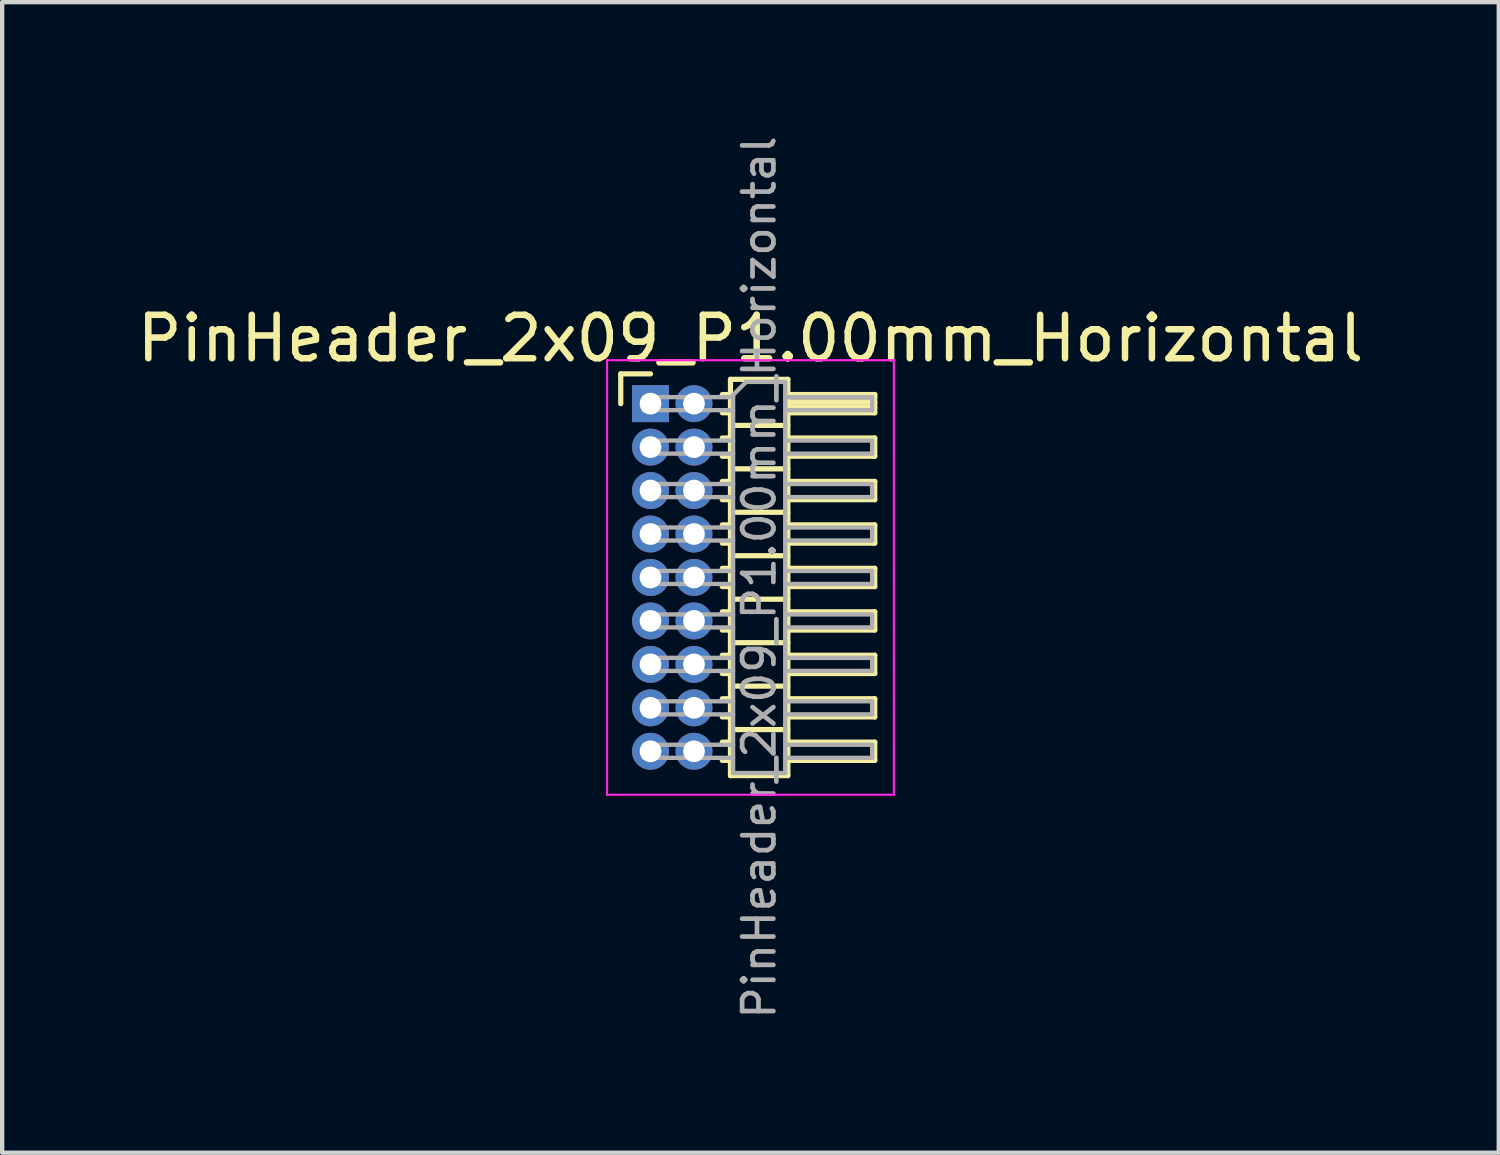
<source format=kicad_pcb>
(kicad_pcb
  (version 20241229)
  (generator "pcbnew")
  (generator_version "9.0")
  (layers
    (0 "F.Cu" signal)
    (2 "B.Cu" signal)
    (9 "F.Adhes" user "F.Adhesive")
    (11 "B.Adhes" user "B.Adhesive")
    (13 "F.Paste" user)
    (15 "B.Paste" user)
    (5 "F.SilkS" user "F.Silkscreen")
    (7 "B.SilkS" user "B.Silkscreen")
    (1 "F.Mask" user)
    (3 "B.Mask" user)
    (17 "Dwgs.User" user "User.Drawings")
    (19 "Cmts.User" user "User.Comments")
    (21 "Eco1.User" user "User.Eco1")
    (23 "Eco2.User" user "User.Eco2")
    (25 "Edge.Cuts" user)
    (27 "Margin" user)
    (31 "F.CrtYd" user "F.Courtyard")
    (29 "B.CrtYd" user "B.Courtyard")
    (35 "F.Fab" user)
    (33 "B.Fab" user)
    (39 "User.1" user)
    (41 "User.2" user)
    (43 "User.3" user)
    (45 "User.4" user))
  (footprint "PinHeader_2x09_P1.00mm_Horizontal"
    (layer "F.Cu")
    (at 11.92 6.239)
    (property "Reference" "PinHeader_2x09_P1.00mm_Horizontal" (at 2.3 -1.5 0) (layer "F.SilkS") (effects (font (size 1 1) (thickness 0.15))))
    (attr through_hole)
    (fp_line (start -0.685 -0.685) (end 0 -0.685) (stroke (width 0.12) (type solid)) (layer "F.SilkS"))
    (fp_line (start -0.685 0) (end -0.685 -0.685) (stroke (width 0.12) (type solid)) (layer "F.SilkS"))
    (fp_line (start 1.652 -0.21) (end 1.84 -0.21) (stroke (width 0.12) (type solid)) (layer "F.SilkS"))
    (fp_line (start 1.652 0.21) (end 1.84 0.21) (stroke (width 0.12) (type solid)) (layer "F.SilkS"))
    (fp_line (start 1.652 0.79) (end 1.84 0.79) (stroke (width 0.12) (type solid)) (layer "F.SilkS"))
    (fp_line (start 1.652 1.21) (end 1.84 1.21) (stroke (width 0.12) (type solid)) (layer "F.SilkS"))
    (fp_line (start 1.652 1.79) (end 1.84 1.79) (stroke (width 0.12) (type solid)) (layer "F.SilkS"))
    (fp_line (start 1.652 2.21) (end 1.84 2.21) (stroke (width 0.12) (type solid)) (layer "F.SilkS"))
    (fp_line (start 1.652 2.79) (end 1.84 2.79) (stroke (width 0.12) (type solid)) (layer "F.SilkS"))
    (fp_line (start 1.652 3.21) (end 1.84 3.21) (stroke (width 0.12) (type solid)) (layer "F.SilkS"))
    (fp_line (start 1.652 3.79) (end 1.84 3.79) (stroke (width 0.12) (type solid)) (layer "F.SilkS"))
    (fp_line (start 1.652 4.21) (end 1.84 4.21) (stroke (width 0.12) (type solid)) (layer "F.SilkS"))
    (fp_line (start 1.652 4.79) (end 1.84 4.79) (stroke (width 0.12) (type solid)) (layer "F.SilkS"))
    (fp_line (start 1.652 5.21) (end 1.84 5.21) (stroke (width 0.12) (type solid)) (layer "F.SilkS"))
    (fp_line (start 1.652 5.79) (end 1.84 5.79) (stroke (width 0.12) (type solid)) (layer "F.SilkS"))
    (fp_line (start 1.652 6.21) (end 1.84 6.21) (stroke (width 0.12) (type solid)) (layer "F.SilkS"))
    (fp_line (start 1.652 6.79) (end 1.84 6.79) (stroke (width 0.12) (type solid)) (layer "F.SilkS"))
    (fp_line (start 1.652 7.21) (end 1.84 7.21) (stroke (width 0.12) (type solid)) (layer "F.SilkS"))
    (fp_line (start 1.652 7.79) (end 1.84 7.79) (stroke (width 0.12) (type solid)) (layer "F.SilkS"))
    (fp_line (start 1.652 8.21) (end 1.84 8.21) (stroke (width 0.12) (type solid)) (layer "F.SilkS"))
    (fp_line (start 1.84 -0.56) (end 1.84 8.56) (stroke (width 0.12) (type solid)) (layer "F.SilkS"))
    (fp_line (start 1.84 0.5) (end 3.16 0.5) (stroke (width 0.12) (type solid)) (layer "F.SilkS"))
    (fp_line (start 1.84 1.5) (end 3.16 1.5) (stroke (width 0.12) (type solid)) (layer "F.SilkS"))
    (fp_line (start 1.84 2.5) (end 3.16 2.5) (stroke (width 0.12) (type solid)) (layer "F.SilkS"))
    (fp_line (start 1.84 3.5) (end 3.16 3.5) (stroke (width 0.12) (type solid)) (layer "F.SilkS"))
    (fp_line (start 1.84 4.5) (end 3.16 4.5) (stroke (width 0.12) (type solid)) (layer "F.SilkS"))
    (fp_line (start 1.84 5.5) (end 3.16 5.5) (stroke (width 0.12) (type solid)) (layer "F.SilkS"))
    (fp_line (start 1.84 6.5) (end 3.16 6.5) (stroke (width 0.12) (type solid)) (layer "F.SilkS"))
    (fp_line (start 1.84 7.5) (end 3.16 7.5) (stroke (width 0.12) (type solid)) (layer "F.SilkS"))
    (fp_line (start 1.84 8.56) (end 3.16 8.56) (stroke (width 0.12) (type solid)) (layer "F.SilkS"))
    (fp_line (start 3.16 -0.56) (end 1.84 -0.56) (stroke (width 0.12) (type solid)) (layer "F.SilkS"))
    (fp_line (start 3.16 -0.21) (end 5.16 -0.21) (stroke (width 0.12) (type solid)) (layer "F.SilkS"))
    (fp_line (start 3.16 -0.15) (end 5.16 -0.15) (stroke (width 0.12) (type solid)) (layer "F.SilkS"))
    (fp_line (start 3.16 -0.03) (end 5.16 -0.03) (stroke (width 0.12) (type solid)) (layer "F.SilkS"))
    (fp_line (start 3.16 0.09) (end 5.16 0.09) (stroke (width 0.12) (type solid)) (layer "F.SilkS"))
    (fp_line (start 3.16 0.79) (end 5.16 0.79) (stroke (width 0.12) (type solid)) (layer "F.SilkS"))
    (fp_line (start 3.16 1.79) (end 5.16 1.79) (stroke (width 0.12) (type solid)) (layer "F.SilkS"))
    (fp_line (start 3.16 2.79) (end 5.16 2.79) (stroke (width 0.12) (type solid)) (layer "F.SilkS"))
    (fp_line (start 3.16 3.79) (end 5.16 3.79) (stroke (width 0.12) (type solid)) (layer "F.SilkS"))
    (fp_line (start 3.16 4.79) (end 5.16 4.79) (stroke (width 0.12) (type solid)) (layer "F.SilkS"))
    (fp_line (start 3.16 5.79) (end 5.16 5.79) (stroke (width 0.12) (type solid)) (layer "F.SilkS"))
    (fp_line (start 3.16 6.79) (end 5.16 6.79) (stroke (width 0.12) (type solid)) (layer "F.SilkS"))
    (fp_line (start 3.16 7.79) (end 5.16 7.79) (stroke (width 0.12) (type solid)) (layer "F.SilkS"))
    (fp_line (start 3.16 8.56) (end 3.16 -0.56) (stroke (width 0.12) (type solid)) (layer "F.SilkS"))
    (fp_line (start 5.16 -0.21) (end 5.16 0.21) (stroke (width 0.12) (type solid)) (layer "F.SilkS"))
    (fp_line (start 5.16 0.21) (end 3.16 0.21) (stroke (width 0.12) (type solid)) (layer "F.SilkS"))
    (fp_line (start 5.16 0.79) (end 5.16 1.21) (stroke (width 0.12) (type solid)) (layer "F.SilkS"))
    (fp_line (start 5.16 1.21) (end 3.16 1.21) (stroke (width 0.12) (type solid)) (layer "F.SilkS"))
    (fp_line (start 5.16 1.79) (end 5.16 2.21) (stroke (width 0.12) (type solid)) (layer "F.SilkS"))
    (fp_line (start 5.16 2.21) (end 3.16 2.21) (stroke (width 0.12) (type solid)) (layer "F.SilkS"))
    (fp_line (start 5.16 2.79) (end 5.16 3.21) (stroke (width 0.12) (type solid)) (layer "F.SilkS"))
    (fp_line (start 5.16 3.21) (end 3.16 3.21) (stroke (width 0.12) (type solid)) (layer "F.SilkS"))
    (fp_line (start 5.16 3.79) (end 5.16 4.21) (stroke (width 0.12) (type solid)) (layer "F.SilkS"))
    (fp_line (start 5.16 4.21) (end 3.16 4.21) (stroke (width 0.12) (type solid)) (layer "F.SilkS"))
    (fp_line (start 5.16 4.79) (end 5.16 5.21) (stroke (width 0.12) (type solid)) (layer "F.SilkS"))
    (fp_line (start 5.16 5.21) (end 3.16 5.21) (stroke (width 0.12) (type solid)) (layer "F.SilkS"))
    (fp_line (start 5.16 5.79) (end 5.16 6.21) (stroke (width 0.12) (type solid)) (layer "F.SilkS"))
    (fp_line (start 5.16 6.21) (end 3.16 6.21) (stroke (width 0.12) (type solid)) (layer "F.SilkS"))
    (fp_line (start 5.16 6.79) (end 5.16 7.21) (stroke (width 0.12) (type solid)) (layer "F.SilkS"))
    (fp_line (start 5.16 7.21) (end 3.16 7.21) (stroke (width 0.12) (type solid)) (layer "F.SilkS"))
    (fp_line (start 5.16 7.79) (end 5.16 8.21) (stroke (width 0.12) (type solid)) (layer "F.SilkS"))
    (fp_line (start 5.16 8.21) (end 3.16 8.21) (stroke (width 0.12) (type solid)) (layer "F.SilkS"))
    (fp_line (start -1 -1) (end -1 9) (stroke (width 0.05) (type solid)) (layer "F.CrtYd"))
    (fp_line (start -1 9) (end 5.6 9) (stroke (width 0.05) (type solid)) (layer "F.CrtYd"))
    (fp_line (start 5.6 -1) (end -1 -1) (stroke (width 0.05) (type solid)) (layer "F.CrtYd"))
    (fp_line (start 5.6 9) (end 5.6 -1) (stroke (width 0.05) (type solid)) (layer "F.CrtYd"))
    (fp_line (start -0.15 -0.15) (end -0.15 0.15) (stroke (width 0.1) (type solid)) (layer "F.Fab"))
    (fp_line (start -0.15 -0.15) (end 1.9 -0.15) (stroke (width 0.1) (type solid)) (layer "F.Fab"))
    (fp_line (start -0.15 0.15) (end 1.9 0.15) (stroke (width 0.1) (type solid)) (layer "F.Fab"))
    (fp_line (start -0.15 0.85) (end -0.15 1.15) (stroke (width 0.1) (type solid)) (layer "F.Fab"))
    (fp_line (start -0.15 0.85) (end 1.9 0.85) (stroke (width 0.1) (type solid)) (layer "F.Fab"))
    (fp_line (start -0.15 1.15) (end 1.9 1.15) (stroke (width 0.1) (type solid)) (layer "F.Fab"))
    (fp_line (start -0.15 1.85) (end -0.15 2.15) (stroke (width 0.1) (type solid)) (layer "F.Fab"))
    (fp_line (start -0.15 1.85) (end 1.9 1.85) (stroke (width 0.1) (type solid)) (layer "F.Fab"))
    (fp_line (start -0.15 2.15) (end 1.9 2.15) (stroke (width 0.1) (type solid)) (layer "F.Fab"))
    (fp_line (start -0.15 2.85) (end -0.15 3.15) (stroke (width 0.1) (type solid)) (layer "F.Fab"))
    (fp_line (start -0.15 2.85) (end 1.9 2.85) (stroke (width 0.1) (type solid)) (layer "F.Fab"))
    (fp_line (start -0.15 3.15) (end 1.9 3.15) (stroke (width 0.1) (type solid)) (layer "F.Fab"))
    (fp_line (start -0.15 3.85) (end -0.15 4.15) (stroke (width 0.1) (type solid)) (layer "F.Fab"))
    (fp_line (start -0.15 3.85) (end 1.9 3.85) (stroke (width 0.1) (type solid)) (layer "F.Fab"))
    (fp_line (start -0.15 4.15) (end 1.9 4.15) (stroke (width 0.1) (type solid)) (layer "F.Fab"))
    (fp_line (start -0.15 4.85) (end -0.15 5.15) (stroke (width 0.1) (type solid)) (layer "F.Fab"))
    (fp_line (start -0.15 4.85) (end 1.9 4.85) (stroke (width 0.1) (type solid)) (layer "F.Fab"))
    (fp_line (start -0.15 5.15) (end 1.9 5.15) (stroke (width 0.1) (type solid)) (layer "F.Fab"))
    (fp_line (start -0.15 5.85) (end -0.15 6.15) (stroke (width 0.1) (type solid)) (layer "F.Fab"))
    (fp_line (start -0.15 5.85) (end 1.9 5.85) (stroke (width 0.1) (type solid)) (layer "F.Fab"))
    (fp_line (start -0.15 6.15) (end 1.9 6.15) (stroke (width 0.1) (type solid)) (layer "F.Fab"))
    (fp_line (start -0.15 6.85) (end -0.15 7.15) (stroke (width 0.1) (type solid)) (layer "F.Fab"))
    (fp_line (start -0.15 6.85) (end 1.9 6.85) (stroke (width 0.1) (type solid)) (layer "F.Fab"))
    (fp_line (start -0.15 7.15) (end 1.9 7.15) (stroke (width 0.1) (type solid)) (layer "F.Fab"))
    (fp_line (start -0.15 7.85) (end -0.15 8.15) (stroke (width 0.1) (type solid)) (layer "F.Fab"))
    (fp_line (start -0.15 7.85) (end 1.9 7.85) (stroke (width 0.1) (type solid)) (layer "F.Fab"))
    (fp_line (start -0.15 8.15) (end 1.9 8.15) (stroke (width 0.1) (type solid)) (layer "F.Fab"))
    (fp_line (start 1.9 -0.2) (end 2.2 -0.5) (stroke (width 0.1) (type solid)) (layer "F.Fab"))
    (fp_line (start 1.9 8.5) (end 1.9 -0.2) (stroke (width 0.1) (type solid)) (layer "F.Fab"))
    (fp_line (start 2.2 -0.5) (end 3.1 -0.5) (stroke (width 0.1) (type solid)) (layer "F.Fab"))
    (fp_line (start 3.1 -0.5) (end 3.1 8.5) (stroke (width 0.1) (type solid)) (layer "F.Fab"))
    (fp_line (start 3.1 -0.15) (end 5.1 -0.15) (stroke (width 0.1) (type solid)) (layer "F.Fab"))
    (fp_line (start 3.1 0.15) (end 5.1 0.15) (stroke (width 0.1) (type solid)) (layer "F.Fab"))
    (fp_line (start 3.1 0.85) (end 5.1 0.85) (stroke (width 0.1) (type solid)) (layer "F.Fab"))
    (fp_line (start 3.1 1.15) (end 5.1 1.15) (stroke (width 0.1) (type solid)) (layer "F.Fab"))
    (fp_line (start 3.1 1.85) (end 5.1 1.85) (stroke (width 0.1) (type solid)) (layer "F.Fab"))
    (fp_line (start 3.1 2.15) (end 5.1 2.15) (stroke (width 0.1) (type solid)) (layer "F.Fab"))
    (fp_line (start 3.1 2.85) (end 5.1 2.85) (stroke (width 0.1) (type solid)) (layer "F.Fab"))
    (fp_line (start 3.1 3.15) (end 5.1 3.15) (stroke (width 0.1) (type solid)) (layer "F.Fab"))
    (fp_line (start 3.1 3.85) (end 5.1 3.85) (stroke (width 0.1) (type solid)) (layer "F.Fab"))
    (fp_line (start 3.1 4.15) (end 5.1 4.15) (stroke (width 0.1) (type solid)) (layer "F.Fab"))
    (fp_line (start 3.1 4.85) (end 5.1 4.85) (stroke (width 0.1) (type solid)) (layer "F.Fab"))
    (fp_line (start 3.1 5.15) (end 5.1 5.15) (stroke (width 0.1) (type solid)) (layer "F.Fab"))
    (fp_line (start 3.1 5.85) (end 5.1 5.85) (stroke (width 0.1) (type solid)) (layer "F.Fab"))
    (fp_line (start 3.1 6.15) (end 5.1 6.15) (stroke (width 0.1) (type solid)) (layer "F.Fab"))
    (fp_line (start 3.1 6.85) (end 5.1 6.85) (stroke (width 0.1) (type solid)) (layer "F.Fab"))
    (fp_line (start 3.1 7.15) (end 5.1 7.15) (stroke (width 0.1) (type solid)) (layer "F.Fab"))
    (fp_line (start 3.1 7.85) (end 5.1 7.85) (stroke (width 0.1) (type solid)) (layer "F.Fab"))
    (fp_line (start 3.1 8.15) (end 5.1 8.15) (stroke (width 0.1) (type solid)) (layer "F.Fab"))
    (fp_line (start 3.1 8.5) (end 1.9 8.5) (stroke (width 0.1) (type solid)) (layer "F.Fab"))
    (fp_line (start 5.1 -0.15) (end 5.1 0.15) (stroke (width 0.1) (type solid)) (layer "F.Fab"))
    (fp_line (start 5.1 0.85) (end 5.1 1.15) (stroke (width 0.1) (type solid)) (layer "F.Fab"))
    (fp_line (start 5.1 1.85) (end 5.1 2.15) (stroke (width 0.1) (type solid)) (layer "F.Fab"))
    (fp_line (start 5.1 2.85) (end 5.1 3.15) (stroke (width 0.1) (type solid)) (layer "F.Fab"))
    (fp_line (start 5.1 3.85) (end 5.1 4.15) (stroke (width 0.1) (type solid)) (layer "F.Fab"))
    (fp_line (start 5.1 4.85) (end 5.1 5.15) (stroke (width 0.1) (type solid)) (layer "F.Fab"))
    (fp_line (start 5.1 5.85) (end 5.1 6.15) (stroke (width 0.1) (type solid)) (layer "F.Fab"))
    (fp_line (start 5.1 6.85) (end 5.1 7.15) (stroke (width 0.1) (type solid)) (layer "F.Fab"))
    (fp_line (start 5.1 7.85) (end 5.1 8.15) (stroke (width 0.1) (type solid)) (layer "F.Fab"))
    (fp_text user "${REFERENCE}" (at 2.5 4 90) (layer "F.Fab") (effects (font (size 0.72 0.72) (thickness 0.108))))
    (pad "1" thru_hole rect (at 0 0) (size 0.85 0.85) (drill 0.5) (layers "*.Cu" "*.Mask"))
    (pad "2" thru_hole oval (at 1 0) (size 0.85 0.85) (drill 0.5) (layers "*.Cu" "*.Mask"))
    (pad "3" thru_hole oval (at 0 1) (size 0.85 0.85) (drill 0.5) (layers "*.Cu" "*.Mask"))
    (pad "4" thru_hole oval (at 1 1) (size 0.85 0.85) (drill 0.5) (layers "*.Cu" "*.Mask"))
    (pad "5" thru_hole oval (at 0 2) (size 0.85 0.85) (drill 0.5) (layers "*.Cu" "*.Mask"))
    (pad "6" thru_hole oval (at 1 2) (size 0.85 0.85) (drill 0.5) (layers "*.Cu" "*.Mask"))
    (pad "7" thru_hole oval (at 0 3) (size 0.85 0.85) (drill 0.5) (layers "*.Cu" "*.Mask"))
    (pad "8" thru_hole oval (at 1 3) (size 0.85 0.85) (drill 0.5) (layers "*.Cu" "*.Mask"))
    (pad "9" thru_hole oval (at 0 4) (size 0.85 0.85) (drill 0.5) (layers "*.Cu" "*.Mask"))
    (pad "10" thru_hole oval (at 1 4) (size 0.85 0.85) (drill 0.5) (layers "*.Cu" "*.Mask"))
    (pad "11" thru_hole oval (at 0 5) (size 0.85 0.85) (drill 0.5) (layers "*.Cu" "*.Mask"))
    (pad "12" thru_hole oval (at 1 5) (size 0.85 0.85) (drill 0.5) (layers "*.Cu" "*.Mask"))
    (pad "13" thru_hole oval (at 0 6) (size 0.85 0.85) (drill 0.5) (layers "*.Cu" "*.Mask"))
    (pad "14" thru_hole oval (at 1 6) (size 0.85 0.85) (drill 0.5) (layers "*.Cu" "*.Mask"))
    (pad "15" thru_hole oval (at 0 7) (size 0.85 0.85) (drill 0.5) (layers "*.Cu" "*.Mask"))
    (pad "16" thru_hole oval (at 1 7) (size 0.85 0.85) (drill 0.5) (layers "*.Cu" "*.Mask"))
    (pad "17" thru_hole oval (at 0 8) (size 0.85 0.85) (drill 0.5) (layers "*.Cu" "*.Mask"))
    (pad "18" thru_hole oval (at 1 8) (size 0.85 0.85) (drill 0.5) (layers "*.Cu" "*.Mask")))
  (gr_rect
    (start -3 -3)
    (end 31.44 23.477)
    (stroke (width 0.1) (type default))
    (fill no)
    (layer "Edge.Cuts")))
</source>
